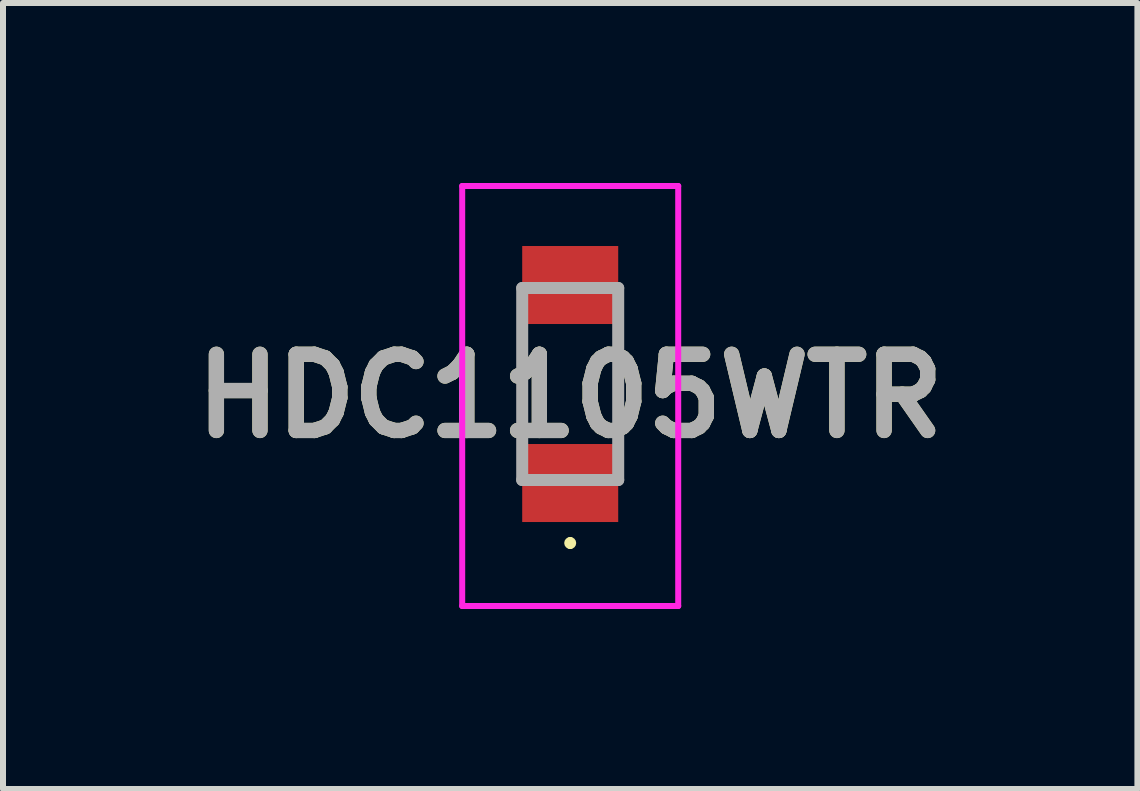
<source format=kicad_pcb>
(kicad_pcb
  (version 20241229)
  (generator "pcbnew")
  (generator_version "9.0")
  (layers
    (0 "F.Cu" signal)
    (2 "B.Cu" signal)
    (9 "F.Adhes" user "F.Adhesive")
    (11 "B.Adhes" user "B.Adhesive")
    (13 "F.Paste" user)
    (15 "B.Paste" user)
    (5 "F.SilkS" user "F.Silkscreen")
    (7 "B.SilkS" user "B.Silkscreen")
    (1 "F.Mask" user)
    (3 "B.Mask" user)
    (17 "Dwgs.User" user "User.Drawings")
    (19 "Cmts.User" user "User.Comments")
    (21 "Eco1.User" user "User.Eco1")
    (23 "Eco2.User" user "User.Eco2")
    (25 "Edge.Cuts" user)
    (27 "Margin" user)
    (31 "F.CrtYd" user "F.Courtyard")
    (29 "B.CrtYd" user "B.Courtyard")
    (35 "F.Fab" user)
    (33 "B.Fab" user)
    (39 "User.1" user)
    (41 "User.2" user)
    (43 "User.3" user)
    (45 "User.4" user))
  (footprint "HDC1105WTR"
    (layer "F.Cu")
    (at 6.453 3.35)
    (property "Reference" "HDC1105WTR" (at 0 0.2 0) (layer "F.SilkS") (effects (font (size 1.27 1.27) (thickness 0.254))))
    (attr smd)
    (fp_line (start -0.8 -0.6) (end -0.8 0.6) (stroke (width 0.1) (type solid)) (layer "F.SilkS"))
    (fp_line (start 0 2.6) (end 0 2.6) (stroke (width 0.1) (type solid)) (layer "F.SilkS"))
    (fp_line (start 0 2.7) (end 0 2.7) (stroke (width 0.1) (type solid)) (layer "F.SilkS"))
    (fp_line (start 0.8 -0.6) (end 0.8 0.6) (stroke (width 0.1) (type solid)) (layer "F.SilkS"))
    (fp_arc (start 0 2.6) (mid 0.05 2.65) (end 0 2.7) (stroke (width 0.1) (type solid)) (layer "F.SilkS"))
    (fp_arc (start 0 2.7) (mid -0.05 2.65) (end 0 2.6) (stroke (width 0.1) (type solid)) (layer "F.SilkS"))
    (fp_line (start -1.8 -3.3) (end 1.8 -3.3) (stroke (width 0.1) (type solid)) (layer "F.CrtYd"))
    (fp_line (start -1.8 3.7) (end -1.8 -3.3) (stroke (width 0.1) (type solid)) (layer "F.CrtYd"))
    (fp_line (start 1.8 -3.3) (end 1.8 3.7) (stroke (width 0.1) (type solid)) (layer "F.CrtYd"))
    (fp_line (start 1.8 3.7) (end -1.8 3.7) (stroke (width 0.1) (type solid)) (layer "F.CrtYd"))
    (fp_line (start -0.8 -1.6) (end 0.8 -1.6) (stroke (width 0.2) (type solid)) (layer "F.Fab"))
    (fp_line (start -0.8 1.6) (end -0.8 -1.6) (stroke (width 0.2) (type solid)) (layer "F.Fab"))
    (fp_line (start 0.8 -1.6) (end 0.8 1.6) (stroke (width 0.2) (type solid)) (layer "F.Fab"))
    (fp_line (start 0.8 1.6) (end -0.8 1.6) (stroke (width 0.2) (type solid)) (layer "F.Fab"))
    (fp_text user "${REFERENCE}" (at 0 0.2 0) (layer "F.Fab") (effects (font (size 1.27 1.27) (thickness 0.254))))
    (pad "1" smd rect (at 0 1.65 90) (size 1.3 1.6) (layers "F.Cu" "F.Mask" "F.Paste"))
    (pad "2" smd rect (at 0 -1.65 90) (size 1.3 1.6) (layers "F.Cu" "F.Mask" "F.Paste")))
  (gr_rect
    (start -3 -3)
    (end 15.906 10.1)
    (stroke (width 0.1) (type default))
    (fill no)
    (layer "Edge.Cuts")))
</source>
